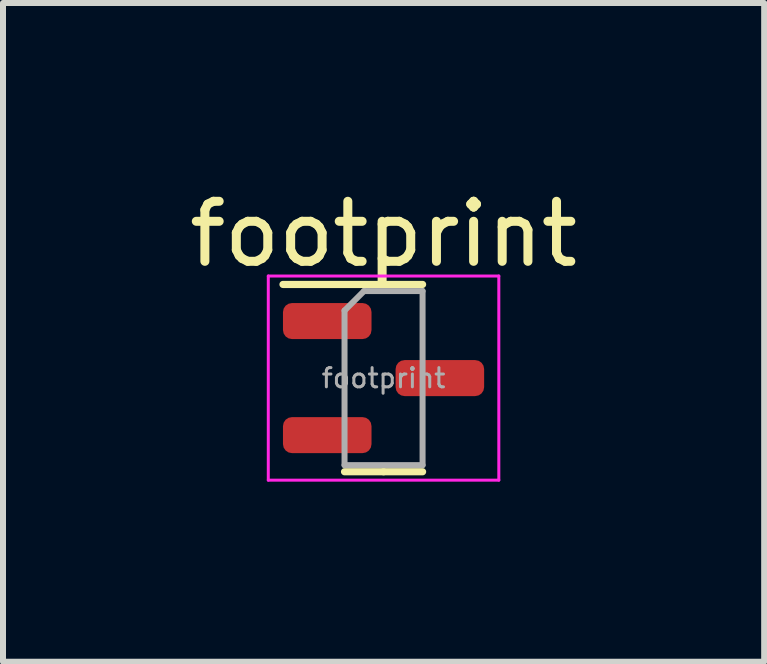
<source format=kicad_pcb>
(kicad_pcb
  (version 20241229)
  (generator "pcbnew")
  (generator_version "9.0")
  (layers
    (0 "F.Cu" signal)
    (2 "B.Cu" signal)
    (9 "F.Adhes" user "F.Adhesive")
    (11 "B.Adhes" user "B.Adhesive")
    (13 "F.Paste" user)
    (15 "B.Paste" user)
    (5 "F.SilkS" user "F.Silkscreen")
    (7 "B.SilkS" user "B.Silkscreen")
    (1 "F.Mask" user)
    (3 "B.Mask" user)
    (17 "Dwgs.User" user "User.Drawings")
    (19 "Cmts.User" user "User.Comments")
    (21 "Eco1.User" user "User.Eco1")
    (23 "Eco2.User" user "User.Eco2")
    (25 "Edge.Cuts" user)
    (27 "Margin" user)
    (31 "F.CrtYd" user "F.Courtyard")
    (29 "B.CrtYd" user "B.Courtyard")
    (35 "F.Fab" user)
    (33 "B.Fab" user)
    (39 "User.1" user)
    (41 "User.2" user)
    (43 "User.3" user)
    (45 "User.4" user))
  (footprint "footprint"
    (layer "F.Cu")
    (at 3.339 3.248)
    (property "Reference" "footprint" (at 0 -2.4 0) (layer "F.SilkS") (effects (font (size 1 1) (thickness 0.15))))
    (attr smd)
    (fp_line (start 0 -1.56) (end -1.675 -1.56) (stroke (width 0.12) (type solid)) (layer "F.SilkS"))
    (fp_line (start 0 -1.56) (end 0.65 -1.56) (stroke (width 0.12) (type solid)) (layer "F.SilkS"))
    (fp_line (start 0 1.56) (end -0.65 1.56) (stroke (width 0.12) (type solid)) (layer "F.SilkS"))
    (fp_line (start 0 1.56) (end 0.65 1.56) (stroke (width 0.12) (type solid)) (layer "F.SilkS"))
    (fp_line (start -1.92 -1.7) (end -1.92 1.7) (stroke (width 0.05) (type solid)) (layer "F.CrtYd"))
    (fp_line (start -1.92 1.7) (end 1.92 1.7) (stroke (width 0.05) (type solid)) (layer "F.CrtYd"))
    (fp_line (start 1.92 -1.7) (end -1.92 -1.7) (stroke (width 0.05) (type solid)) (layer "F.CrtYd"))
    (fp_line (start 1.92 1.7) (end 1.92 -1.7) (stroke (width 0.05) (type solid)) (layer "F.CrtYd"))
    (fp_line (start -0.65 -1.125) (end -0.325 -1.45) (stroke (width 0.1) (type solid)) (layer "F.Fab"))
    (fp_line (start -0.65 1.45) (end -0.65 -1.125) (stroke (width 0.1) (type solid)) (layer "F.Fab"))
    (fp_line (start -0.325 -1.45) (end 0.65 -1.45) (stroke (width 0.1) (type solid)) (layer "F.Fab"))
    (fp_line (start 0.65 -1.45) (end 0.65 1.45) (stroke (width 0.1) (type solid)) (layer "F.Fab"))
    (fp_line (start 0.65 1.45) (end -0.65 1.45) (stroke (width 0.1) (type solid)) (layer "F.Fab"))
    (fp_text user "${REFERENCE}" (at 0 0 0) (layer "F.Fab") (effects (font (size 0.32 0.32) (thickness 0.05))))
    (pad "1" smd roundrect (at -0.938 -0.95) (size 1.475 0.6) (layers "F.Cu" "F.Mask" "F.Paste") (roundrect_rratio 0.25))
    (pad "2" smd roundrect (at -0.938 0.95) (size 1.475 0.6) (layers "F.Cu" "F.Mask" "F.Paste") (roundrect_rratio 0.25))
    (pad "3" smd roundrect (at 0.938 0) (size 1.475 0.6) (layers "F.Cu" "F.Mask" "F.Paste") (roundrect_rratio 0.25)))
  (gr_rect
    (start -3 -3)
    (end 9.679 7.973)
    (stroke (width 0.1) (type default))
    (fill no)
    (layer "Edge.Cuts")))
</source>
